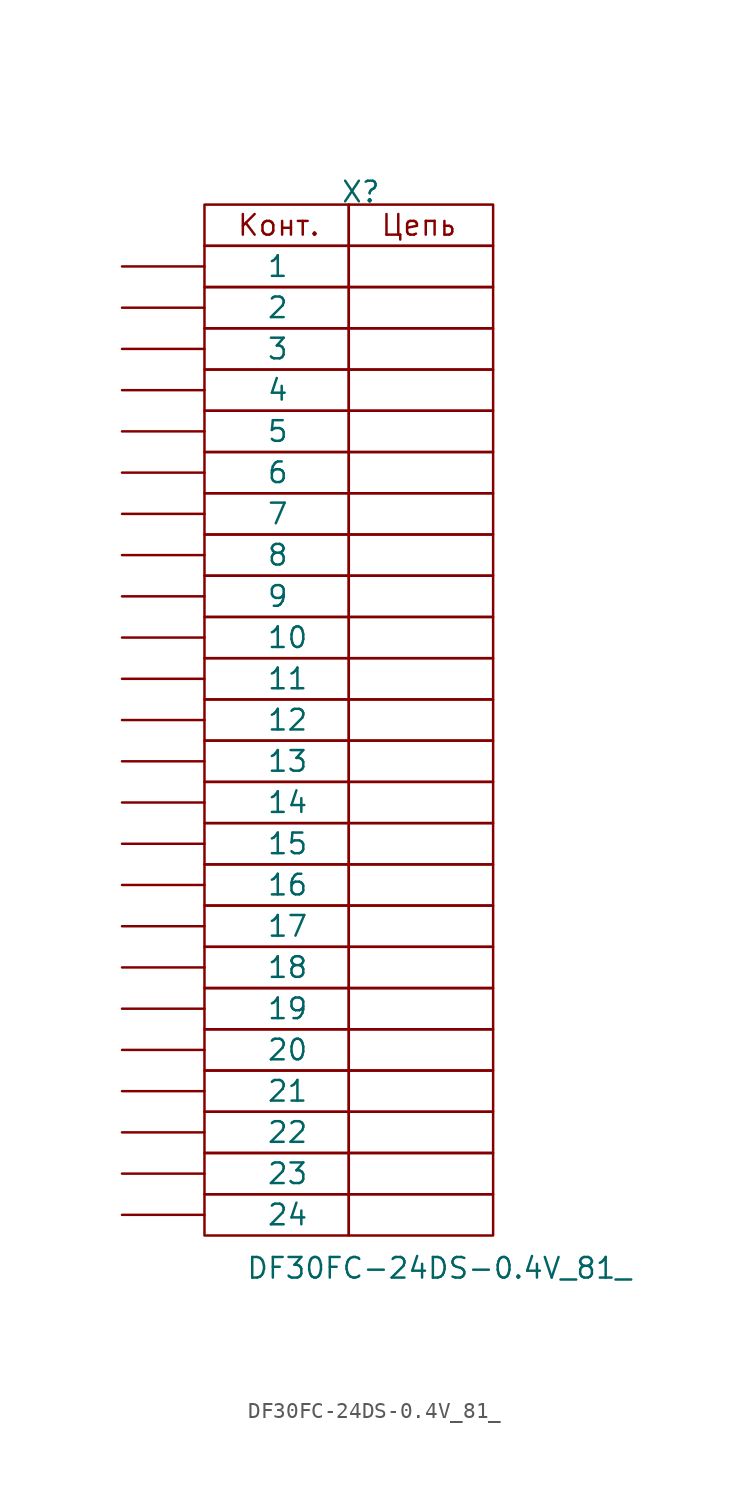
<source format=kicad_sym>
(kicad_symbol_lib
  (version 20241209)
  (generator "kicad_symbol_editor")
  (generator_version "9.0")
  (symbol "DF30FC-24DS-0.4V_81_"
    (pin_numbers
      (hide yes))
    (pin_names
      (offset 3.81))
    (property "Reference" "X"
      (at 4.572 39.624 0)
      (effects (font (size 1.27 1.27)) (justify left top)))
    (property "Value" "DF30FC-24DS-0.4V_81_"
      (at -1.27 -26.67 0)
      (effects (font (size 1.27 1.27)) (justify left top)))
    (symbol "DF30FC-24DS-0.4V_81__0_1"
      (rectangle (start 5.08 38.1) (end -3.81 35.56) (stroke (width 0) (type default)) (fill (type none)))
      (rectangle (start 5.08 35.56) (end -3.81 33.02) (stroke (width 0) (type default)) (fill (type none)))
      (rectangle (start 5.08 33.02) (end -3.81 30.48) (stroke (width 0) (type default)) (fill (type none)))
      (rectangle (start 5.08 30.48) (end -3.81 27.94) (stroke (width 0) (type default)) (fill (type none)))
      (rectangle (start 5.08 27.94) (end -3.81 25.4) (stroke (width 0) (type default)) (fill (type none)))
      (rectangle (start 5.08 25.4) (end -3.81 22.86) (stroke (width 0) (type default)) (fill (type none)))
      (rectangle (start 5.08 22.86) (end -3.81 20.32) (stroke (width 0) (type default)) (fill (type none)))
      (rectangle (start 5.08 20.32) (end -3.81 17.78) (stroke (width 0) (type default)) (fill (type none)))
      (rectangle (start 5.08 17.78) (end -3.81 15.24) (stroke (width 0) (type default)) (fill (type none)))
      (rectangle (start 5.08 15.24) (end -3.81 12.7) (stroke (width 0) (type default)) (fill (type none)))
      (rectangle (start 5.08 12.7) (end -3.81 10.16) (stroke (width 0) (type default)) (fill (type none)))
      (rectangle (start 5.08 10.16) (end -3.81 7.62) (stroke (width 0) (type default)) (fill (type none)))
      (rectangle (start 5.08 7.62) (end -3.81 5.08) (stroke (width 0) (type default)) (fill (type none)))
      (rectangle (start 5.08 5.08) (end -3.81 2.54) (stroke (width 0) (type default)) (fill (type none)))
      (rectangle (start 5.08 2.54) (end -3.81 0) (stroke (width 0) (type default)) (fill (type none)))
      (rectangle (start 5.08 0) (end -3.81 -2.54) (stroke (width 0) (type default)) (fill (type none)))
      (rectangle (start 5.08 -2.54) (end -3.81 -5.08) (stroke (width 0) (type default)) (fill (type none)))
      (rectangle (start 5.08 -5.08) (end -3.81 -7.62) (stroke (width 0) (type default)) (fill (type none)))
      (rectangle (start 5.08 -7.62) (end -3.81 -10.16) (stroke (width 0) (type default)) (fill (type none)))
      (rectangle (start 5.08 -10.16) (end -3.81 -12.7) (stroke (width 0) (type default)) (fill (type none)))
      (rectangle (start 5.08 -12.7) (end -3.81 -15.24) (stroke (width 0) (type default)) (fill (type none)))
      (rectangle (start 5.08 -15.24) (end -3.81 -17.78) (stroke (width 0) (type default)) (fill (type none)))
      (rectangle (start 5.08 -17.78) (end -3.81 -20.32) (stroke (width 0) (type default)) (fill (type none)))
      (rectangle (start 5.08 -20.32) (end -3.81 -22.86) (stroke (width 0) (type default)) (fill (type none)))
      (rectangle (start 5.08 -22.86) (end -3.81 -25.4) (stroke (width 0) (type default)) (fill (type none)))
      (rectangle (start 13.97 38.1) (end 5.08 35.56) (stroke (width 0) (type default)) (fill (type none)))
      (rectangle (start 13.97 35.56) (end 5.08 33.02) (stroke (width 0) (type default)) (fill (type none)))
      (rectangle (start 13.97 33.02) (end 5.08 30.48) (stroke (width 0) (type default)) (fill (type none)))
      (rectangle (start 13.97 30.48) (end 5.08 27.94) (stroke (width 0) (type default)) (fill (type none)))
      (rectangle (start 13.97 27.94) (end 5.08 25.4) (stroke (width 0) (type default)) (fill (type none)))
      (rectangle (start 13.97 25.4) (end 5.08 22.86) (stroke (width 0) (type default)) (fill (type none)))
      (rectangle (start 13.97 22.86) (end 5.08 20.32) (stroke (width 0) (type default)) (fill (type none)))
      (rectangle (start 13.97 20.32) (end 5.08 17.78) (stroke (width 0) (type default)) (fill (type none)))
      (rectangle (start 13.97 17.78) (end 5.08 15.24) (stroke (width 0) (type default)) (fill (type none)))
      (rectangle (start 13.97 15.24) (end 5.08 12.7) (stroke (width 0) (type default)) (fill (type none)))
      (rectangle (start 13.97 12.7) (end 5.08 10.16) (stroke (width 0) (type default)) (fill (type none)))
      (rectangle (start 13.97 10.16) (end 5.08 7.62) (stroke (width 0) (type default)) (fill (type none)))
      (rectangle (start 13.97 7.62) (end 5.08 5.08) (stroke (width 0) (type default)) (fill (type none)))
      (rectangle (start 13.97 5.08) (end 5.08 2.54) (stroke (width 0) (type default)) (fill (type none)))
      (rectangle (start 13.97 2.54) (end 5.08 0) (stroke (width 0) (type default)) (fill (type none)))
      (rectangle (start 13.97 0) (end 5.08 -2.54) (stroke (width 0) (type default)) (fill (type none)))
      (rectangle (start 13.97 -2.54) (end 5.08 -5.08) (stroke (width 0) (type default)) (fill (type none)))
      (rectangle (start 13.97 -5.08) (end 5.08 -7.62) (stroke (width 0) (type default)) (fill (type none)))
      (rectangle (start 13.97 -7.62) (end 5.08 -10.16) (stroke (width 0) (type default)) (fill (type none)))
      (rectangle (start 13.97 -10.16) (end 5.08 -12.7) (stroke (width 0) (type default)) (fill (type none)))
      (rectangle (start 13.97 -12.7) (end 5.08 -15.24) (stroke (width 0) (type default)) (fill (type none)))
      (rectangle (start 13.97 -15.24) (end 5.08 -17.78) (stroke (width 0) (type default)) (fill (type none)))
      (rectangle (start 13.97 -17.78) (end 5.08 -20.32) (stroke (width 0) (type default)) (fill (type none)))
      (rectangle (start 13.97 -20.32) (end 5.08 -22.86) (stroke (width 0) (type default)) (fill (type none)))
      (rectangle (start 13.97 -22.86) (end 5.08 -25.4) (stroke (width 0) (type default)) (fill (type none))))
    (symbol "DF30FC-24DS-0.4V_81__1_1"
      (text "Конт." (at 0.762 36.83 0) (effects (font (size 1.27 1.27))))
      (text "Цепь" (at 9.398 36.83 0) (effects (font (size 1.27 1.27))))
      (pin passive line (at -8.89 34.29 0) (length 5.08) (name "1" (effects (font (size 1.27 1.27)))) (number "1" (effects (font (size 1.27 1.27)))))
      (pin passive line (at -8.89 31.75 0) (length 5.08) (name "2" (effects (font (size 1.27 1.27)))) (number "2" (effects (font (size 1.27 1.27)))))
      (pin passive line (at -8.89 29.21 0) (length 5.08) (name "3" (effects (font (size 1.27 1.27)))) (number "3" (effects (font (size 1.27 1.27)))))
      (pin passive line (at -8.89 26.67 0) (length 5.08) (name "4" (effects (font (size 1.27 1.27)))) (number "4" (effects (font (size 1.27 1.27)))))
      (pin passive line (at -8.89 24.13 0) (length 5.08) (name "5" (effects (font (size 1.27 1.27)))) (number "5" (effects (font (size 1.27 1.27)))))
      (pin passive line (at -8.89 21.59 0) (length 5.08) (name "6" (effects (font (size 1.27 1.27)))) (number "6" (effects (font (size 1.27 1.27)))))
      (pin passive line (at -8.89 19.05 0) (length 5.08) (name "7" (effects (font (size 1.27 1.27)))) (number "7" (effects (font (size 1.27 1.27)))))
      (pin passive line (at -8.89 16.51 0) (length 5.08) (name "8" (effects (font (size 1.27 1.27)))) (number "8" (effects (font (size 1.27 1.27)))))
      (pin passive line (at -8.89 13.97 0) (length 5.08) (name "9" (effects (font (size 1.27 1.27)))) (number "9" (effects (font (size 1.27 1.27)))))
      (pin passive line (at -8.89 11.43 0) (length 5.08) (name "10" (effects (font (size 1.27 1.27)))) (number "10" (effects (font (size 1.27 1.27)))))
      (pin passive line (at -8.89 8.89 0) (length 5.08) (name "11" (effects (font (size 1.27 1.27)))) (number "11" (effects (font (size 1.27 1.27)))))
      (pin passive line (at -8.89 6.35 0) (length 5.08) (name "12" (effects (font (size 1.27 1.27)))) (number "12" (effects (font (size 1.27 1.27)))))
      (pin passive line (at -8.89 3.81 0) (length 5.08) (name "13" (effects (font (size 1.27 1.27)))) (number "13" (effects (font (size 1.27 1.27)))))
      (pin passive line (at -8.89 1.27 0) (length 5.08) (name "14" (effects (font (size 1.27 1.27)))) (number "14" (effects (font (size 1.27 1.27)))))
      (pin passive line (at -8.89 -1.27 0) (length 5.08) (name "15" (effects (font (size 1.27 1.27)))) (number "15" (effects (font (size 1.27 1.27)))))
      (pin passive line (at -8.89 -3.81 0) (length 5.08) (name "16" (effects (font (size 1.27 1.27)))) (number "16" (effects (font (size 1.27 1.27)))))
      (pin passive line (at -8.89 -6.35 0) (length 5.08) (name "17" (effects (font (size 1.27 1.27)))) (number "17" (effects (font (size 1.27 1.27)))))
      (pin passive line (at -8.89 -8.89 0) (length 5.08) (name "18" (effects (font (size 1.27 1.27)))) (number "18" (effects (font (size 1.27 1.27)))))
      (pin passive line (at -8.89 -11.43 0) (length 5.08) (name "19" (effects (font (size 1.27 1.27)))) (number "19" (effects (font (size 1.27 1.27)))))
      (pin passive line (at -8.89 -13.97 0) (length 5.08) (name "20" (effects (font (size 1.27 1.27)))) (number "20" (effects (font (size 1.27 1.27)))))
      (pin passive line (at -8.89 -16.51 0) (length 5.08) (name "21" (effects (font (size 1.27 1.27)))) (number "21" (effects (font (size 1.27 1.27)))))
      (pin passive line (at -8.89 -19.05 0) (length 5.08) (name "22" (effects (font (size 1.27 1.27)))) (number "22" (effects (font (size 1.27 1.27)))))
      (pin passive line (at -8.89 -21.59 0) (length 5.08) (name "23" (effects (font (size 1.27 1.27)))) (number "23" (effects (font (size 1.27 1.27)))))
      (pin passive line (at -8.89 -24.13 0) (length 5.08) (name "24" (effects (font (size 1.27 1.27)))) (number "24" (effects (font (size 1.27 1.27))))))))
</source>
